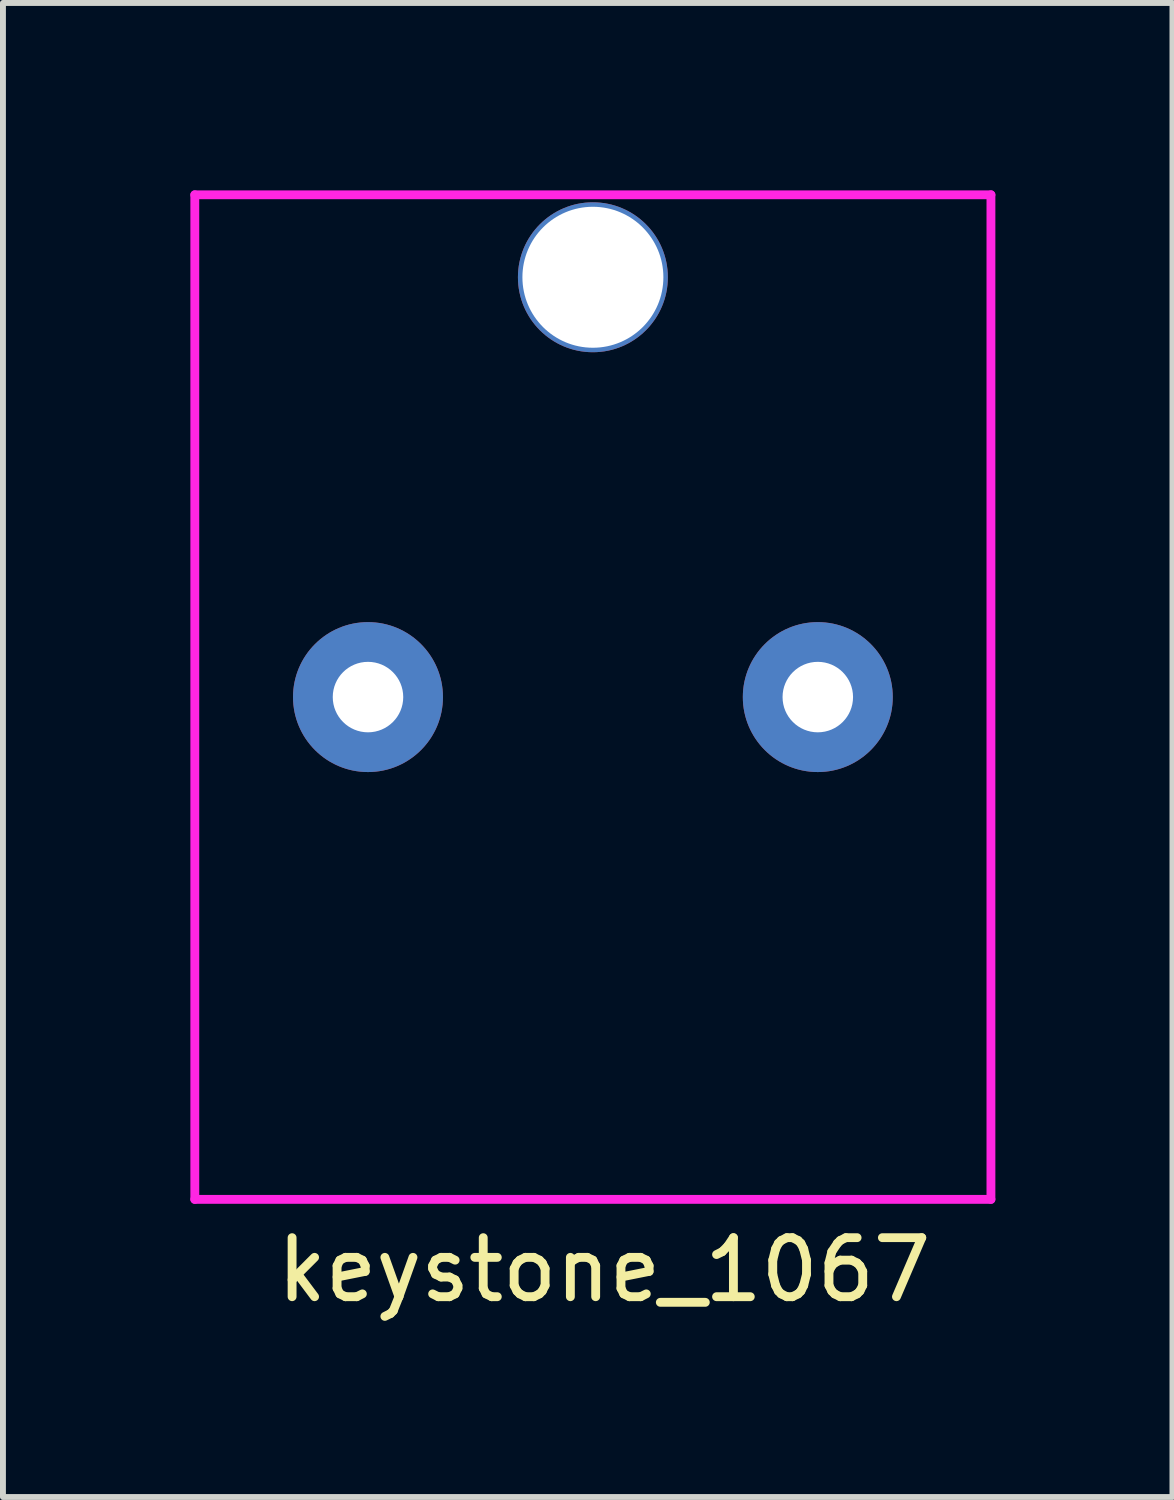
<source format=kicad_pcb>
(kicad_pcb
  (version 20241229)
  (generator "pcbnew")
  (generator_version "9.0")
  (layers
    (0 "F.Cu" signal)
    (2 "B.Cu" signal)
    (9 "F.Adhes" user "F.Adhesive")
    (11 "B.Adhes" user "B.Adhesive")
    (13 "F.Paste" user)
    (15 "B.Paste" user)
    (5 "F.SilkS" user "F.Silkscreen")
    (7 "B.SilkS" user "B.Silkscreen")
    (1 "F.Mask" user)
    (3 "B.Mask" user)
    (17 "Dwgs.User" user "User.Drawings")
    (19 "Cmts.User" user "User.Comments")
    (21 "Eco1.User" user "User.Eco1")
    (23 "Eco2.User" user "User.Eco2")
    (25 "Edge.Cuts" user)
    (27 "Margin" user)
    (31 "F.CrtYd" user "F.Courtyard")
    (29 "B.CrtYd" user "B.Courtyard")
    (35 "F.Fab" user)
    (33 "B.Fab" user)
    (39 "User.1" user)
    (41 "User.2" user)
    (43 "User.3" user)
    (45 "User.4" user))
  (footprint "keystone_1067"
    (layer "F.Cu")
    (at 0.25 0.25)
    (property "Reference" "keystone_1067" (at 6.934 18.212 0) (layer "F.SilkS") (effects (font (size 1 1) (thickness 0.15))))
    (attr through_hole)
    (fp_line (start 0 0) (end 0 17.018) (stroke (width 0.15) (type solid)) (layer "F.CrtYd"))
    (fp_line (start 13.487 0) (end 0 0) (stroke (width 0.15) (type solid)) (layer "F.CrtYd"))
    (fp_line (start 13.487 17.018) (end 0 17.018) (stroke (width 0.15) (type solid)) (layer "F.CrtYd"))
    (fp_line (start 13.487 17.018) (end 13.487 0) (stroke (width 0.15) (type solid)) (layer "F.CrtYd"))
    (pad "" thru_hole circle (at 6.744 1.397) (size 2.54 2.54) (drill 2.388) (layers "*.Cu" "*.Mask"))
    (pad "+" thru_hole circle (at 10.554 8.509) (size 2.54 2.54) (drill 1.194) (layers "*.Cu" "*.Mask"))
    (pad "-" thru_hole circle (at 2.934 8.509) (size 2.54 2.54) (drill 1.194) (layers "*.Cu" "*.Mask")))
  (gr_rect
    (start -3 -3)
    (end 16.812 22.31)
    (stroke (width 0.1) (type default))
    (fill no)
    (layer "Edge.Cuts")))
</source>
